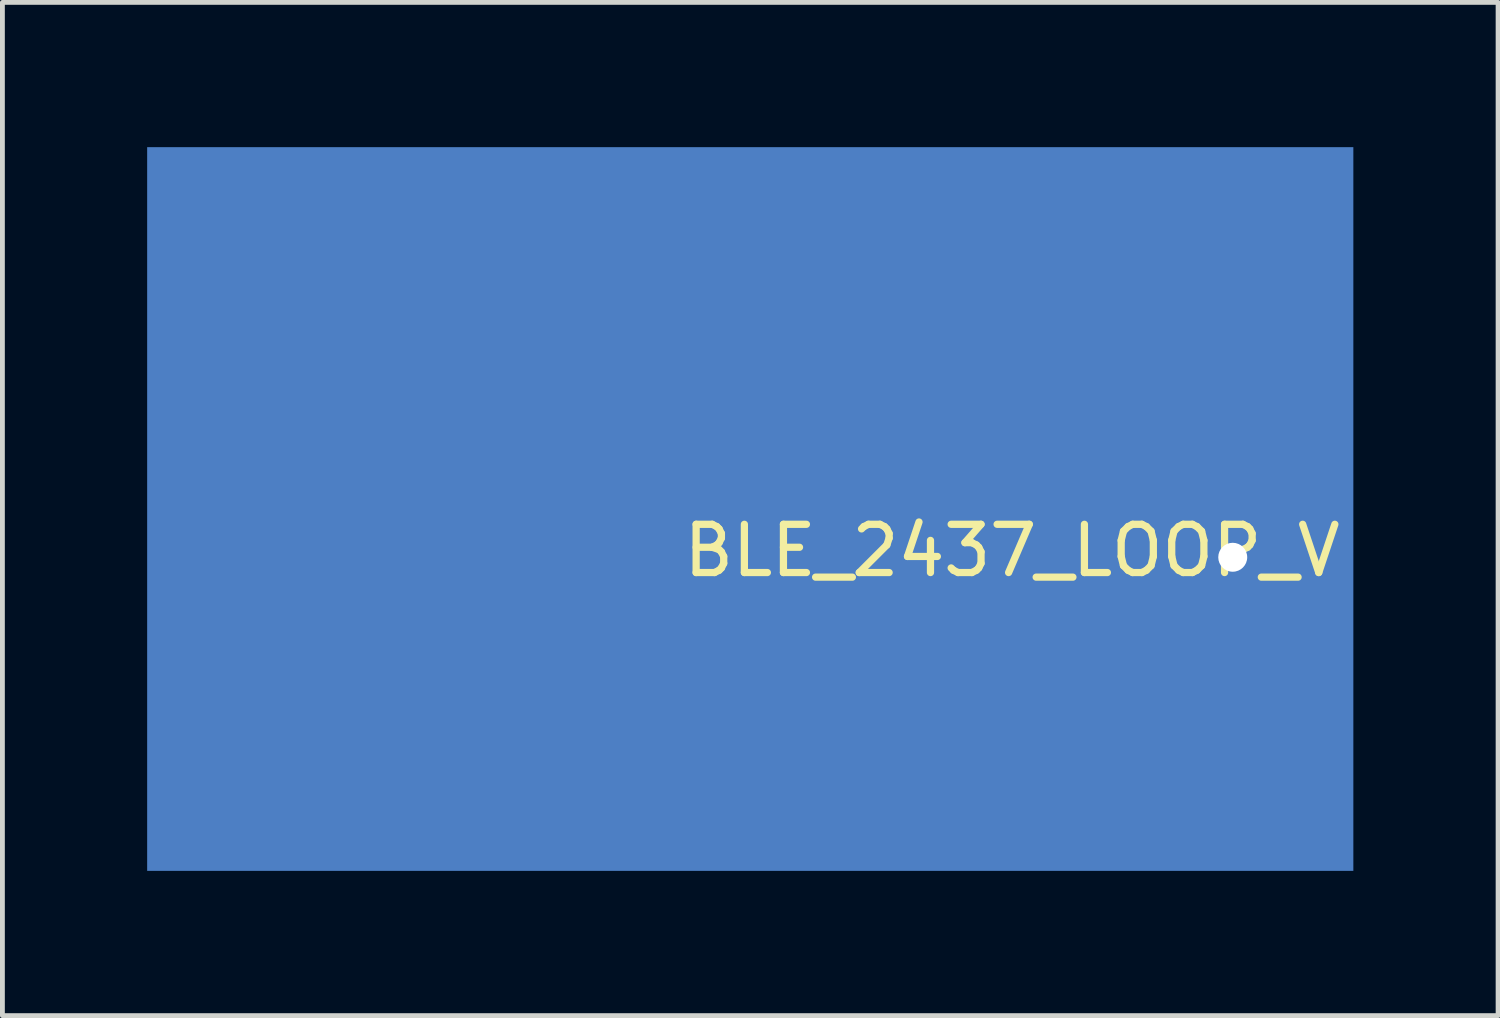
<source format=kicad_pcb>
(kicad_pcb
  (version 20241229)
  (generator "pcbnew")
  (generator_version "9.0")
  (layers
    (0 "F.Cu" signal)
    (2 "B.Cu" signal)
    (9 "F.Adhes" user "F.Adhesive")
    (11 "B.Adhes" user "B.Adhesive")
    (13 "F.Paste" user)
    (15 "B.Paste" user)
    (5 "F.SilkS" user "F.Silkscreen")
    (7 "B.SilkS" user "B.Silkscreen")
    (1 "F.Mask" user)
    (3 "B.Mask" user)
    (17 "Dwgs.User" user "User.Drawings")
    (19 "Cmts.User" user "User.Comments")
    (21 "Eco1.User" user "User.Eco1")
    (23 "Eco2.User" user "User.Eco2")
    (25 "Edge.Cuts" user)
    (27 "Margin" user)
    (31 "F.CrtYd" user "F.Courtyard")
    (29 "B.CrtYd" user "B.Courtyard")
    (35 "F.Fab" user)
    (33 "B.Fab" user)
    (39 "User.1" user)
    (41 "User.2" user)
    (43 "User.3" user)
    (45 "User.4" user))
  (footprint "BLE_2437_LOOP_V"
    (layer "F.Cu")
    (at 22.5 7.5)
    (property "Reference" "BLE_2437_LOOP_V" (at -4.574 0.862 0) (layer "F.SilkS") (effects (font (size 1 1) (thickness 0.15))))
    (attr through_hole)
    (fp_line (start -20 -5.5) (end -20 5.5) (stroke (width 1.5) (type solid)) (layer "F.Cu"))
    (fp_line (start -20 5.5) (end 0 5.5) (stroke (width 1.5) (type solid)) (layer "F.Cu"))
    (fp_line (start 0 -5.5) (end -20 -5.5) (stroke (width 1.5) (type solid)) (layer "F.Cu"))
    (fp_line (start 0 -1) (end 0 -5.5) (stroke (width 1.5) (type solid)) (layer "F.Cu"))
    (fp_line (start 0 5.5) (end 0 1) (stroke (width 1.5) (type solid)) (layer "F.Cu"))
    (pad "1" smd circle (at 0 -1) (size 0.8 0.8) (layers "F.Cu" "F.Mask" "F.Paste"))
    (pad "2" thru_hole circle (at 0 1) (size 0.8 0.8) (drill 0.6) (layers "*.Cu" "*.Mask"))
    (pad "3" smd rect (at -10 0) (size 25 15) (layers "F.Mask" "B.Cu" "F.Paste")))
  (gr_rect
    (start -3 -3)
    (end 28 18)
    (stroke (width 0.1) (type default))
    (fill no)
    (layer "Edge.Cuts")))
</source>
